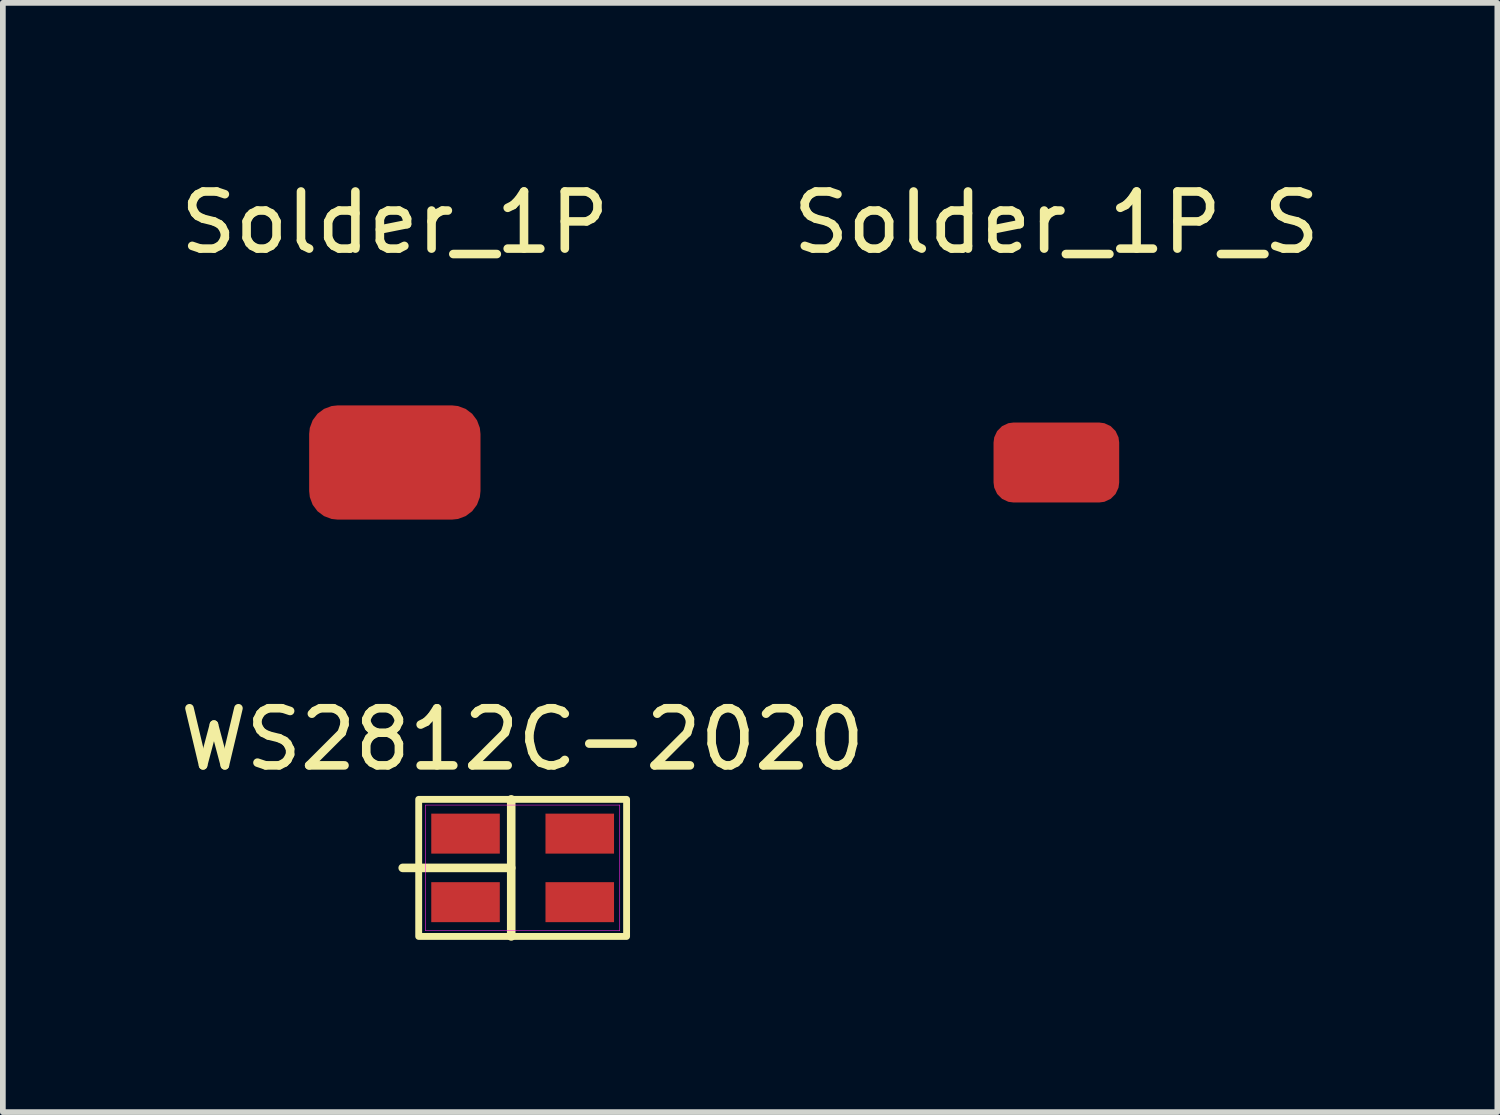
<source format=kicad_pcb>
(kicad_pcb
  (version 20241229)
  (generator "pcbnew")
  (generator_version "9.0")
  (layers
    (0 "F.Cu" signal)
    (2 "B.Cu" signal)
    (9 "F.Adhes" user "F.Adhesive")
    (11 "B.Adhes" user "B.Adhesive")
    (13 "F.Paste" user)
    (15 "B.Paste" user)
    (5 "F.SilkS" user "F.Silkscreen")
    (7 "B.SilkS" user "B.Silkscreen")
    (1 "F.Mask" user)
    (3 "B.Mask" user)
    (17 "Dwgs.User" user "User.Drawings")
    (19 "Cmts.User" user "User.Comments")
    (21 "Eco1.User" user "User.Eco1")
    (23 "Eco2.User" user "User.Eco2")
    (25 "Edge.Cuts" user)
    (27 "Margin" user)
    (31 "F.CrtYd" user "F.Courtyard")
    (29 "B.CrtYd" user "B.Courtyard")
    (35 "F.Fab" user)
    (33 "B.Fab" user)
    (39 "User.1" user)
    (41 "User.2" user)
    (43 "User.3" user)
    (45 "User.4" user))
  (footprint "Solder_1P_S"
    (layer "F.Cu")
    (at 15.446 5.048)
    (property "Reference" "Solder_1P_S" (at 0 -4.2 0) (layer "F.SilkS") (effects (font (size 1 1) (thickness 0.15))))
    (attr exclude_from_pos_files exclude_from_bom)
    (pad "1" smd roundrect (at 0 0) (size 2.2 1.4) (layers "F.Cu" "F.Mask" "F.Paste") (roundrect_rratio 0.25)))
  (footprint "Solder_1P"
    (layer "F.Cu")
    (at 3.863 5.048)
    (property "Reference" "Solder_1P" (at 0 -4.2 0) (layer "F.SilkS") (effects (font (size 1 1) (thickness 0.15))))
    (attr exclude_from_pos_files exclude_from_bom)
    (pad "1" smd roundrect (at 0 0) (size 3 2) (layers "F.Cu" "F.Mask" "F.Paste") (roundrect_rratio 0.25)))
  (footprint "WS2812C-2020"
    (layer "F.Cu")
    (at 6.101 12.146)
    (property "Reference" "WS2812C-2020" (at 0 -2.25 0) (layer "F.SilkS") (effects (font (size 1 1) (thickness 0.15))))
    (attr smd)
    (fp_line (start -0.2 -1.2) (end -0.2 1.2) (stroke (width 0.15) (type solid)) (layer "F.SilkS"))
    (fp_line (start -0.2 0) (end -2.1 0) (stroke (width 0.15) (type solid)) (layer "F.SilkS"))
    (fp_rect (start -1.82 -1.2) (end 1.82 1.2) (stroke (width 0.12) (type solid)) (fill no) (layer "F.SilkS"))
    (fp_line (start -1.7 -1.1) (end 1.7 -1.1) (stroke (width 0.01) (type solid)) (layer "F.CrtYd"))
    (fp_line (start -1.7 1.1) (end -1.7 -1.1) (stroke (width 0.01) (type solid)) (layer "F.CrtYd"))
    (fp_line (start 1.7 -1.1) (end 1.7 1.1) (stroke (width 0.01) (type solid)) (layer "F.CrtYd"))
    (fp_line (start 1.7 1.1) (end -1.7 1.1) (stroke (width 0.01) (type solid)) (layer "F.CrtYd"))
    (pad "G" smd rect (at -1 0.6) (size 1.2 0.7) (layers "F.Cu" "F.Mask" "F.Paste"))
    (pad "I" smd rect (at 1 0.6) (size 1.2 0.7) (layers "F.Cu" "F.Mask" "F.Paste"))
    (pad "O" smd rect (at -1 -0.6) (size 1.2 0.7) (layers "F.Cu" "F.Mask" "F.Paste"))
    (pad "V" smd rect (at 1 -0.6) (size 1.2 0.7) (layers "F.Cu" "F.Mask" "F.Paste")))
  (gr_rect
    (start -3 -3)
    (end 23.167 16.422)
    (stroke (width 0.1) (type default))
    (fill no)
    (layer "Edge.Cuts")))
</source>
